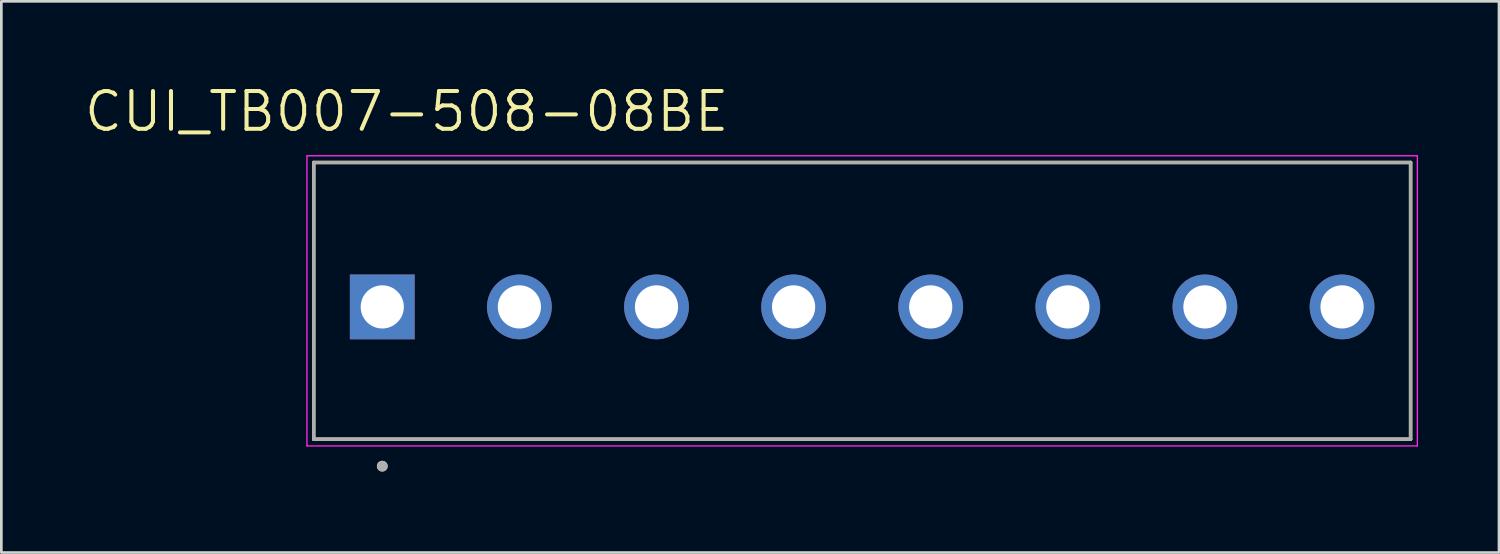
<source format=kicad_pcb>
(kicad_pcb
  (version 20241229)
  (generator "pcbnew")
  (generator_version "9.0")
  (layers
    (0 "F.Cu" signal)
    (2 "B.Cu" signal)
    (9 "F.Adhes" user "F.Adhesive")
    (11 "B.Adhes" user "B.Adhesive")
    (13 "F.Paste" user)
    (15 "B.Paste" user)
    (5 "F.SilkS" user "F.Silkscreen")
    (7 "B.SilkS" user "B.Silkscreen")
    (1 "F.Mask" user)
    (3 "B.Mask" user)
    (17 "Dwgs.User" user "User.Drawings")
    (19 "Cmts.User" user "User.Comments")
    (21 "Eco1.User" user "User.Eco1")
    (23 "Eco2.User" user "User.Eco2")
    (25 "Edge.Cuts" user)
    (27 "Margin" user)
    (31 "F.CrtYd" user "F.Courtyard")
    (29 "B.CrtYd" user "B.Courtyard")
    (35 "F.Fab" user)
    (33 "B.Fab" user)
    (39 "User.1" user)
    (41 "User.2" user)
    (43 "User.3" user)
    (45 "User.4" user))
  (footprint "CUI_TB007-508-08BE"
    (layer "F.Cu")
    (at 11.113 8.321)
    (property "Reference" "CUI_TB007-508-08BE" (at 0.905 -7.239 0) (layer "F.SilkS") (effects (font (size 1.4 1.4) (thickness 0.15))))
    (attr through_hole)
    (fp_line (start -2.54 -5.35) (end 38.1 -5.35) (stroke (width 0.127) (type solid)) (layer "F.SilkS"))
    (fp_line (start -2.54 4.9) (end -2.54 -5.35) (stroke (width 0.127) (type solid)) (layer "F.SilkS"))
    (fp_line (start 38.1 -5.35) (end 38.1 4.9) (stroke (width 0.127) (type solid)) (layer "F.SilkS"))
    (fp_line (start 38.1 4.9) (end -2.54 4.9) (stroke (width 0.127) (type solid)) (layer "F.SilkS"))
    (fp_circle (center 0 5.9) (end 0.1 5.9) (stroke (width 0.2) (type solid)) (fill no) (layer "F.SilkS"))
    (fp_line (start -2.79 -5.6) (end 38.35 -5.6) (stroke (width 0.05) (type solid)) (layer "F.CrtYd"))
    (fp_line (start -2.79 5.15) (end -2.79 -5.6) (stroke (width 0.05) (type solid)) (layer "F.CrtYd"))
    (fp_line (start 38.35 -5.6) (end 38.35 5.15) (stroke (width 0.05) (type solid)) (layer "F.CrtYd"))
    (fp_line (start 38.35 5.15) (end -2.79 5.15) (stroke (width 0.05) (type solid)) (layer "F.CrtYd"))
    (fp_line (start -2.54 -5.35) (end 38.1 -5.35) (stroke (width 0.127) (type solid)) (layer "F.Fab"))
    (fp_line (start -2.54 4.9) (end -2.54 -5.35) (stroke (width 0.127) (type solid)) (layer "F.Fab"))
    (fp_line (start 38.1 -5.35) (end 38.1 4.9) (stroke (width 0.127) (type solid)) (layer "F.Fab"))
    (fp_line (start 38.1 4.9) (end -2.54 4.9) (stroke (width 0.127) (type solid)) (layer "F.Fab"))
    (fp_circle (center 0 5.9) (end 0.1 5.9) (stroke (width 0.2) (type solid)) (fill no) (layer "F.Fab"))
    (pad "1" thru_hole rect (at 0 0) (size 2.4 2.4) (drill 1.6) (layers "*.Cu" "*.Mask"))
    (pad "2" thru_hole circle (at 5.08 0) (size 2.4 2.4) (drill 1.6) (layers "*.Cu" "*.Mask"))
    (pad "3" thru_hole circle (at 10.16 0) (size 2.4 2.4) (drill 1.6) (layers "*.Cu" "*.Mask"))
    (pad "4" thru_hole circle (at 15.24 0) (size 2.4 2.4) (drill 1.6) (layers "*.Cu" "*.Mask"))
    (pad "5" thru_hole circle (at 20.32 0) (size 2.4 2.4) (drill 1.6) (layers "*.Cu" "*.Mask"))
    (pad "6" thru_hole circle (at 25.4 0) (size 2.4 2.4) (drill 1.6) (layers "*.Cu" "*.Mask"))
    (pad "7" thru_hole circle (at 30.48 0) (size 2.4 2.4) (drill 1.6) (layers "*.Cu" "*.Mask"))
    (pad "8" thru_hole circle (at 35.56 0) (size 2.4 2.4) (drill 1.6) (layers "*.Cu" "*.Mask")))
  (gr_rect
    (start -3 -3)
    (end 52.488 17.421)
    (stroke (width 0.1) (type default))
    (fill no)
    (layer "Edge.Cuts")))
</source>
